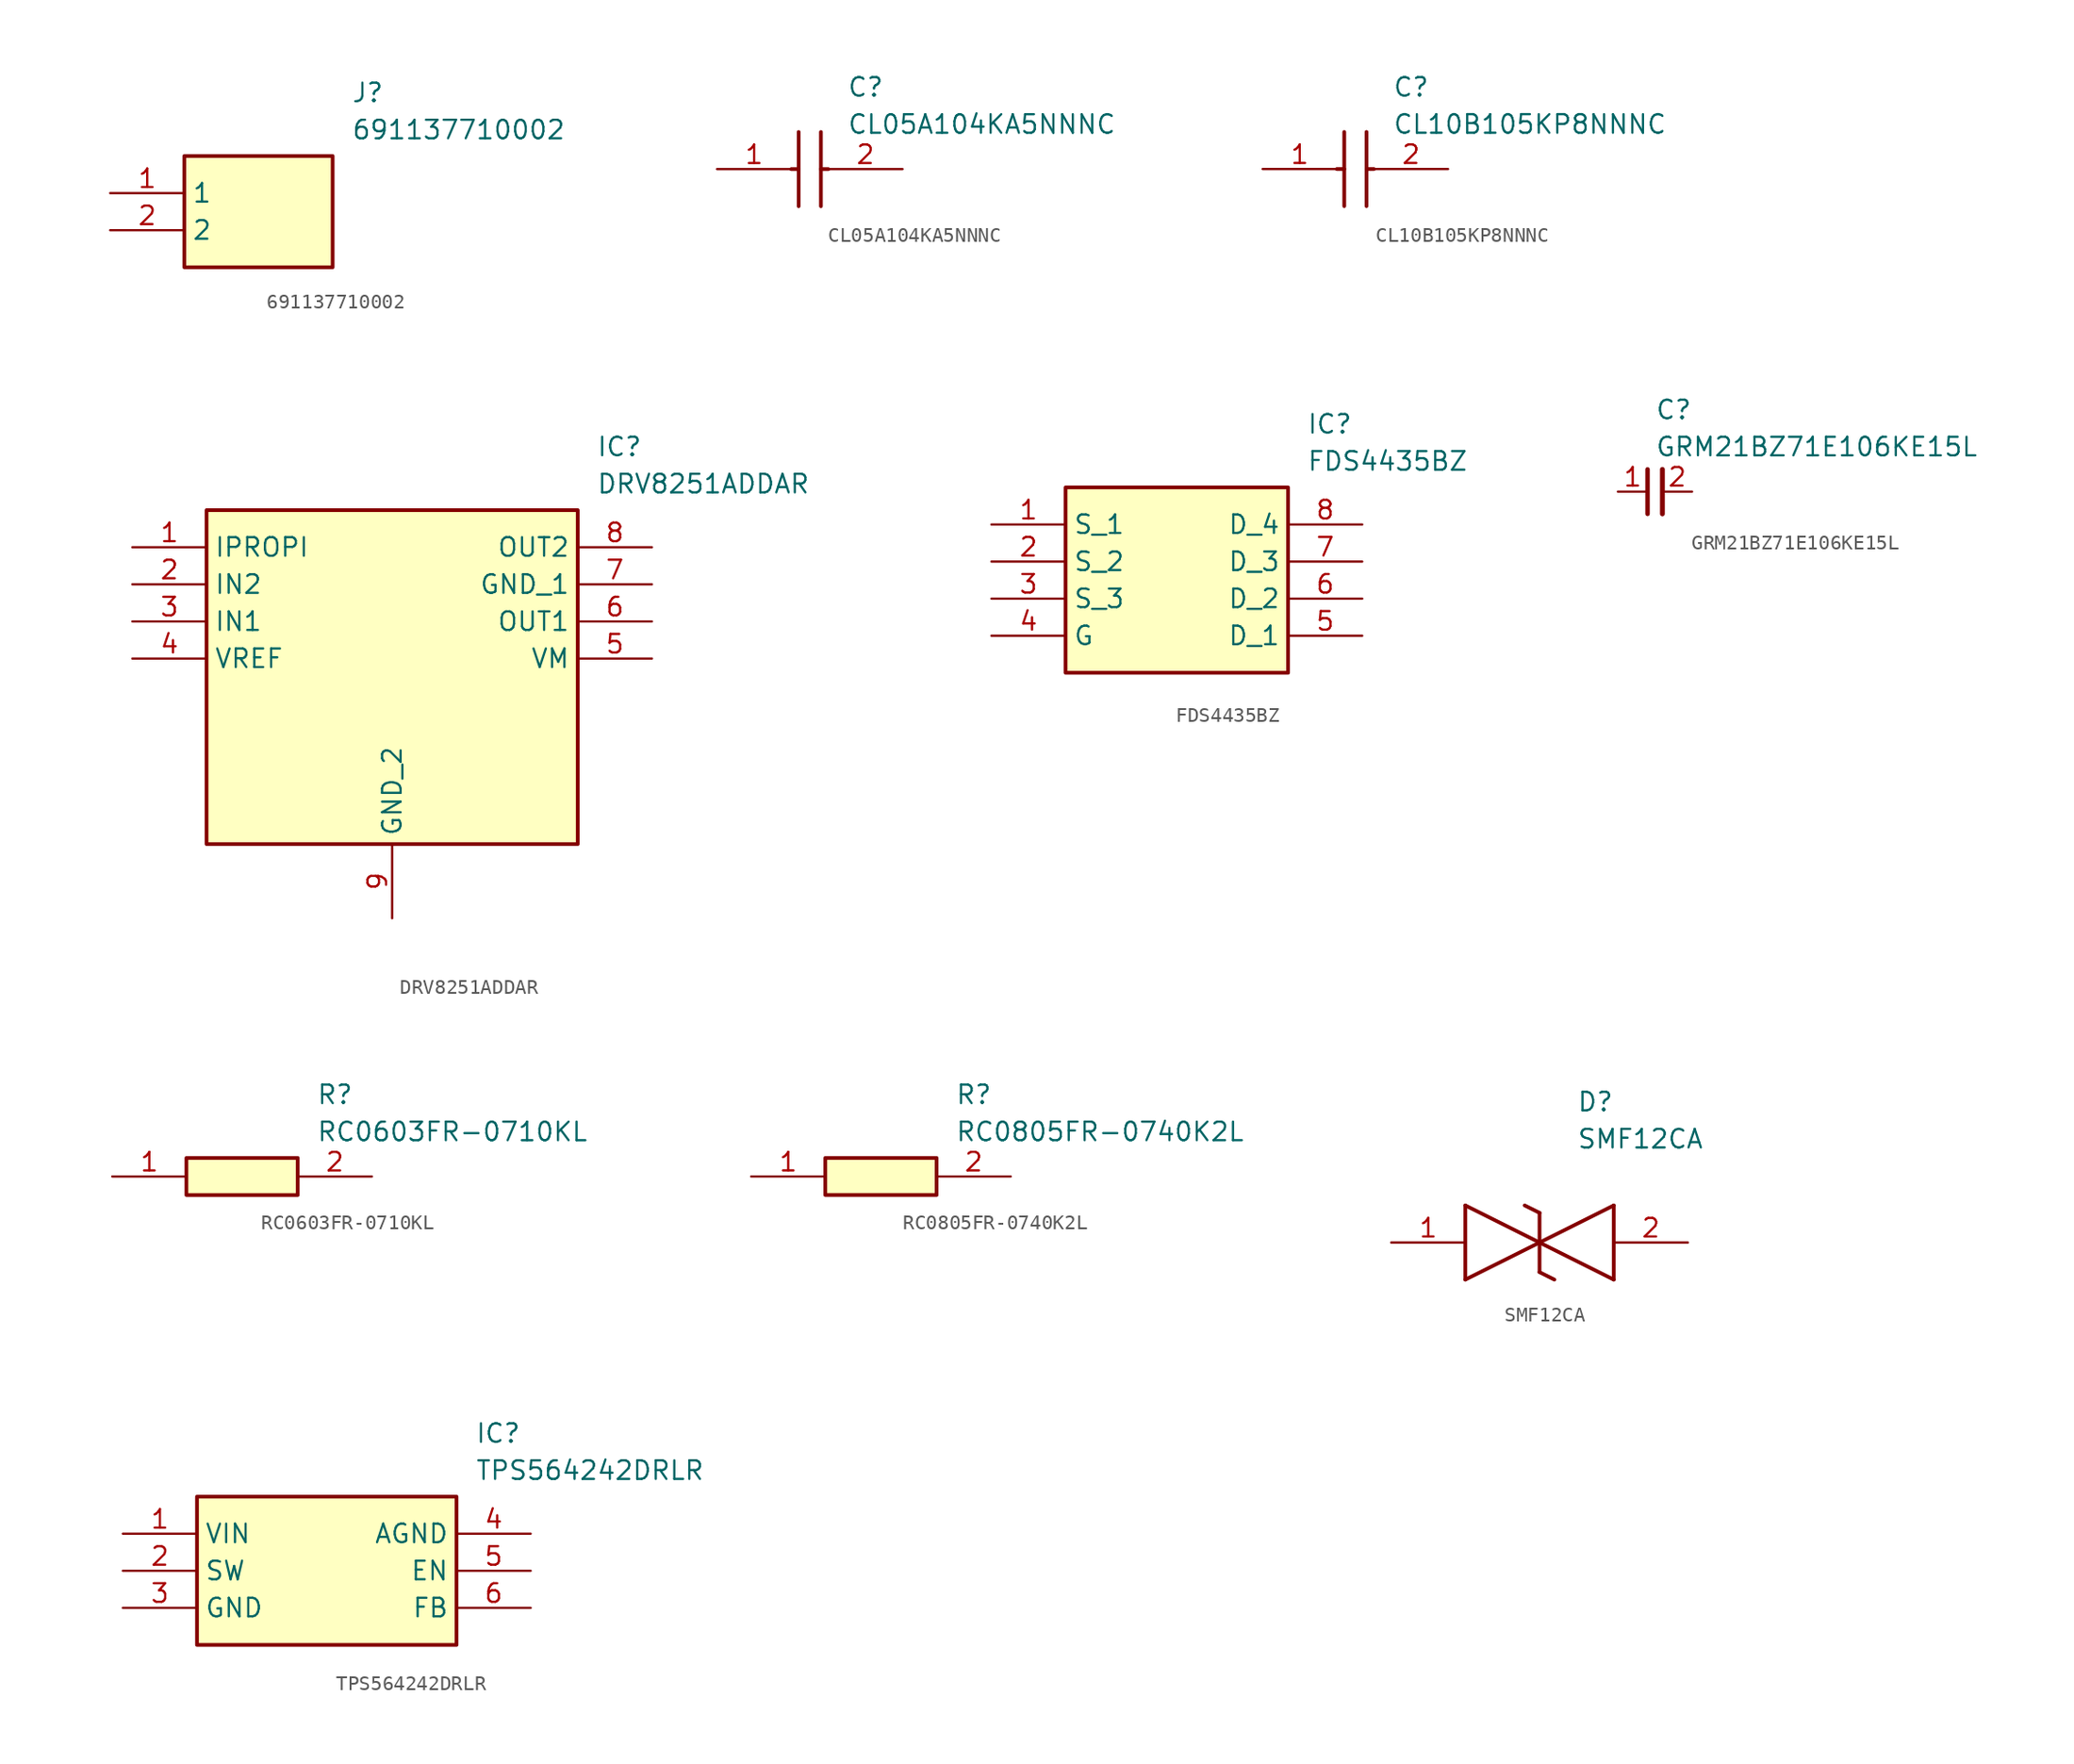
<source format=kicad_sym>
(kicad_symbol_lib
  (version 20241209)
  (generator "kicad_symbol_editor")
  (generator_version "9.0")
  (symbol "691137710002"
    (property "Reference" "J"
      (at 16.51 7.62 0)
      (effects (font (size 1.27 1.27)) (justify left top)))
    (property "Value" "691137710002"
      (at 16.51 5.08 0)
      (effects (font (size 1.27 1.27)) (justify left top)))
    (symbol "691137710002_1_1"
      (rectangle (start 5.08 2.54) (end 15.24 -5.08) (stroke (width 0.254) (type default)) (fill (type background)))
      (pin passive line (at 0 0 0) (length 5.08) (name "1" (effects (font (size 1.27 1.27)))) (number "1" (effects (font (size 1.27 1.27)))))
      (pin passive line (at 0 -2.54 0) (length 5.08) (name "2" (effects (font (size 1.27 1.27)))) (number "2" (effects (font (size 1.27 1.27)))))))
  (symbol "CL05A104KA5NNNC"
    (pin_names
      (hide yes))
    (property "Reference" "C"
      (at 8.89 6.35 0)
      (effects (font (size 1.27 1.27)) (justify left top)))
    (property "Value" "CL05A104KA5NNNC"
      (at 8.89 3.81 0)
      (effects (font (size 1.27 1.27)) (justify left top)))
    (symbol "CL05A104KA5NNNC_1_1"
      (polyline (pts (xy 5.08 0) (xy 5.588 0)) (stroke (width 0.254) (type default)) (fill (type none)))
      (polyline (pts (xy 5.588 2.54) (xy 5.588 -2.54)) (stroke (width 0.254) (type default)) (fill (type none)))
      (polyline (pts (xy 7.112 2.54) (xy 7.112 -2.54)) (stroke (width 0.254) (type default)) (fill (type none)))
      (polyline (pts (xy 7.112 0) (xy 7.62 0)) (stroke (width 0.254) (type default)) (fill (type none)))
      (pin passive line (at 0 0 0) (length 5.08) (name "1" (effects (font (size 1.27 1.27)))) (number "1" (effects (font (size 1.27 1.27)))))
      (pin passive line (at 12.7 0 180) (length 5.08) (name "2" (effects (font (size 1.27 1.27)))) (number "2" (effects (font (size 1.27 1.27)))))))
  (symbol "CL10B105KP8NNNC"
    (pin_names
      (hide yes))
    (property "Reference" "C"
      (at 8.89 6.35 0)
      (effects (font (size 1.27 1.27)) (justify left top)))
    (property "Value" "CL10B105KP8NNNC"
      (at 8.89 3.81 0)
      (effects (font (size 1.27 1.27)) (justify left top)))
    (symbol "CL10B105KP8NNNC_1_1"
      (polyline (pts (xy 5.08 0) (xy 5.588 0)) (stroke (width 0.254) (type default)) (fill (type none)))
      (polyline (pts (xy 5.588 2.54) (xy 5.588 -2.54)) (stroke (width 0.254) (type default)) (fill (type none)))
      (polyline (pts (xy 7.112 2.54) (xy 7.112 -2.54)) (stroke (width 0.254) (type default)) (fill (type none)))
      (polyline (pts (xy 7.112 0) (xy 7.62 0)) (stroke (width 0.254) (type default)) (fill (type none)))
      (pin passive line (at 0 0 0) (length 5.08) (name "1" (effects (font (size 1.27 1.27)))) (number "1" (effects (font (size 1.27 1.27)))))
      (pin passive line (at 12.7 0 180) (length 5.08) (name "2" (effects (font (size 1.27 1.27)))) (number "2" (effects (font (size 1.27 1.27)))))))
  (symbol "DRV8251ADDAR"
    (property "Reference" "IC"
      (at 31.75 7.62 0)
      (effects (font (size 1.27 1.27)) (justify left top)))
    (property "Value" "DRV8251ADDAR"
      (at 31.75 5.08 0)
      (effects (font (size 1.27 1.27)) (justify left top)))
    (symbol "DRV8251ADDAR_1_1"
      (rectangle (start 5.08 2.54) (end 30.48 -20.32) (stroke (width 0.254) (type default)) (fill (type background)))
      (pin passive line (at 0 0 0) (length 5.08) (name "IPROPI" (effects (font (size 1.27 1.27)))) (number "1" (effects (font (size 1.27 1.27)))))
      (pin passive line (at 0 -2.54 0) (length 5.08) (name "IN2" (effects (font (size 1.27 1.27)))) (number "2" (effects (font (size 1.27 1.27)))))
      (pin passive line (at 0 -5.08 0) (length 5.08) (name "IN1" (effects (font (size 1.27 1.27)))) (number "3" (effects (font (size 1.27 1.27)))))
      (pin passive line (at 0 -7.62 0) (length 5.08) (name "VREF" (effects (font (size 1.27 1.27)))) (number "4" (effects (font (size 1.27 1.27)))))
      (pin passive line (at 17.78 -25.4 90) (length 5.08) (name "GND_2" (effects (font (size 1.27 1.27)))) (number "9" (effects (font (size 1.27 1.27)))))
      (pin passive line (at 35.56 0 180) (length 5.08) (name "OUT2" (effects (font (size 1.27 1.27)))) (number "8" (effects (font (size 1.27 1.27)))))
      (pin passive line (at 35.56 -2.54 180) (length 5.08) (name "GND_1" (effects (font (size 1.27 1.27)))) (number "7" (effects (font (size 1.27 1.27)))))
      (pin passive line (at 35.56 -5.08 180) (length 5.08) (name "OUT1" (effects (font (size 1.27 1.27)))) (number "6" (effects (font (size 1.27 1.27)))))
      (pin passive line (at 35.56 -7.62 180) (length 5.08) (name "VM" (effects (font (size 1.27 1.27)))) (number "5" (effects (font (size 1.27 1.27)))))))
  (symbol "FDS4435BZ"
    (property "Reference" "IC"
      (at 21.59 7.62 0)
      (effects (font (size 1.27 1.27)) (justify left top)))
    (property "Value" "FDS4435BZ"
      (at 21.59 5.08 0)
      (effects (font (size 1.27 1.27)) (justify left top)))
    (symbol "FDS4435BZ_1_1"
      (rectangle (start 5.08 2.54) (end 20.32 -10.16) (stroke (width 0.254) (type default)) (fill (type background)))
      (pin passive line (at 0 0 0) (length 5.08) (name "S_1" (effects (font (size 1.27 1.27)))) (number "1" (effects (font (size 1.27 1.27)))))
      (pin passive line (at 0 -2.54 0) (length 5.08) (name "S_2" (effects (font (size 1.27 1.27)))) (number "2" (effects (font (size 1.27 1.27)))))
      (pin passive line (at 0 -5.08 0) (length 5.08) (name "S_3" (effects (font (size 1.27 1.27)))) (number "3" (effects (font (size 1.27 1.27)))))
      (pin passive line (at 0 -7.62 0) (length 5.08) (name "G" (effects (font (size 1.27 1.27)))) (number "4" (effects (font (size 1.27 1.27)))))
      (pin passive line (at 25.4 0 180) (length 5.08) (name "D_4" (effects (font (size 1.27 1.27)))) (number "8" (effects (font (size 1.27 1.27)))))
      (pin passive line (at 25.4 -2.54 180) (length 5.08) (name "D_3" (effects (font (size 1.27 1.27)))) (number "7" (effects (font (size 1.27 1.27)))))
      (pin passive line (at 25.4 -5.08 180) (length 5.08) (name "D_2" (effects (font (size 1.27 1.27)))) (number "6" (effects (font (size 1.27 1.27)))))
      (pin passive line (at 25.4 -7.62 180) (length 5.08) (name "D_1" (effects (font (size 1.27 1.27)))) (number "5" (effects (font (size 1.27 1.27)))))))
  (symbol "GRM21BZ71E106KE15L"
    (pin_names
      (hide yes))
    (property "Reference" "C"
      (at 8.89 6.35 0)
      (effects (font (size 1.27 1.27)) (justify left top)))
    (property "Value" "GRM21BZ71E106KE15L"
      (at 8.89 3.81 0)
      (effects (font (size 1.27 1.27)) (justify left top)))
    (symbol "GRM21BZ71E106KE15L_0_1"
      (polyline (pts (xy 8.382 -1.524) (xy 8.382 1.524)) (stroke (width 0.305) (type default)) (fill (type none)))
      (polyline (pts (xy 9.398 -1.524) (xy 9.398 1.524)) (stroke (width 0.33) (type default)) (fill (type none))))
    (symbol "GRM21BZ71E106KE15L_1_1"
      (pin passive line (at 6.35 0 0) (length 2.032) (name "~" (effects (font (size 1.27 1.27)))) (number "1" (effects (font (size 1.27 1.27)))))
      (pin passive line (at 11.43 0 180) (length 2.032) (name "~" (effects (font (size 1.27 1.27)))) (number "2" (effects (font (size 1.27 1.27)))))))
  (symbol "RC0603FR-0710KL"
    (pin_names
      (hide yes))
    (property "Reference" "R"
      (at 13.97 6.35 0)
      (effects (font (size 1.27 1.27)) (justify left top)))
    (property "Value" "RC0603FR-0710KL"
      (at 13.97 3.81 0)
      (effects (font (size 1.27 1.27)) (justify left top)))
    (symbol "RC0603FR-0710KL_1_1"
      (rectangle (start 5.08 1.27) (end 12.7 -1.27) (stroke (width 0.254) (type default)) (fill (type background)))
      (pin passive line (at 0 0 0) (length 5.08) (name "1" (effects (font (size 1.27 1.27)))) (number "1" (effects (font (size 1.27 1.27)))))
      (pin passive line (at 17.78 0 180) (length 5.08) (name "2" (effects (font (size 1.27 1.27)))) (number "2" (effects (font (size 1.27 1.27)))))))
  (symbol "RC0805FR-0740K2L"
    (pin_names
      (hide yes))
    (property "Reference" "R"
      (at 13.97 6.35 0)
      (effects (font (size 1.27 1.27)) (justify left top)))
    (property "Value" "RC0805FR-0740K2L"
      (at 13.97 3.81 0)
      (effects (font (size 1.27 1.27)) (justify left top)))
    (symbol "RC0805FR-0740K2L_1_1"
      (rectangle (start 5.08 1.27) (end 12.7 -1.27) (stroke (width 0.254) (type default)) (fill (type background)))
      (pin passive line (at 0 0 0) (length 5.08) (name "1" (effects (font (size 1.27 1.27)))) (number "1" (effects (font (size 1.27 1.27)))))
      (pin passive line (at 17.78 0 180) (length 5.08) (name "2" (effects (font (size 1.27 1.27)))) (number "2" (effects (font (size 1.27 1.27)))))))
  (symbol "SMF12CA"
    (pin_names
      (hide yes))
    (property "Reference" "D"
      (at 12.7 8.89 0)
      (effects (font (size 1.27 1.27)) (justify left bottom)))
    (property "Value" "SMF12CA"
      (at 12.7 6.35 0)
      (effects (font (size 1.27 1.27)) (justify left bottom)))
    (symbol "SMF12CA_1_1"
      (polyline (pts (xy 5.08 2.54) (xy 5.08 -2.54)) (stroke (width 0.254) (type default)) (fill (type none)))
      (polyline (pts (xy 5.08 2.54) (xy 10.16 0)) (stroke (width 0.254) (type default)) (fill (type none)))
      (polyline (pts (xy 9.144 2.54) (xy 10.16 2.032)) (stroke (width 0.254) (type default)) (fill (type none)))
      (polyline (pts (xy 10.16 0) (xy 5.08 -2.54)) (stroke (width 0.254) (type default)) (fill (type none)))
      (polyline (pts (xy 10.16 0) (xy 15.24 -2.54)) (stroke (width 0.254) (type default)) (fill (type none)))
      (polyline (pts (xy 10.16 -2.032) (xy 10.16 2.032)) (stroke (width 0.254) (type default)) (fill (type none)))
      (polyline (pts (xy 10.16 -2.032) (xy 11.176 -2.54)) (stroke (width 0.254) (type default)) (fill (type none)))
      (polyline (pts (xy 15.24 2.54) (xy 10.16 0)) (stroke (width 0.254) (type default)) (fill (type none)))
      (polyline (pts (xy 15.24 2.54) (xy 15.24 -2.54)) (stroke (width 0.254) (type default)) (fill (type none)))
      (pin passive line (at 0 0 0) (length 5.08) (name "1" (effects (font (size 1.27 1.27)))) (number "1" (effects (font (size 1.27 1.27)))))
      (pin passive line (at 20.32 0 180) (length 5.08) (name "2" (effects (font (size 1.27 1.27)))) (number "2" (effects (font (size 1.27 1.27)))))))
  (symbol "TPS564242DRLR"
    (property "Reference" "IC"
      (at 24.13 7.62 0)
      (effects (font (size 1.27 1.27)) (justify left top)))
    (property "Value" "TPS564242DRLR"
      (at 24.13 5.08 0)
      (effects (font (size 1.27 1.27)) (justify left top)))
    (symbol "TPS564242DRLR_1_1"
      (rectangle (start 5.08 2.54) (end 22.86 -7.62) (stroke (width 0.254) (type default)) (fill (type background)))
      (pin passive line (at 0 0 0) (length 5.08) (name "VIN" (effects (font (size 1.27 1.27)))) (number "1" (effects (font (size 1.27 1.27)))))
      (pin passive line (at 0 -2.54 0) (length 5.08) (name "SW" (effects (font (size 1.27 1.27)))) (number "2" (effects (font (size 1.27 1.27)))))
      (pin passive line (at 0 -5.08 0) (length 5.08) (name "GND" (effects (font (size 1.27 1.27)))) (number "3" (effects (font (size 1.27 1.27)))))
      (pin passive line (at 27.94 0 180) (length 5.08) (name "AGND" (effects (font (size 1.27 1.27)))) (number "4" (effects (font (size 1.27 1.27)))))
      (pin passive line (at 27.94 -2.54 180) (length 5.08) (name "EN" (effects (font (size 1.27 1.27)))) (number "5" (effects (font (size 1.27 1.27)))))
      (pin passive line (at 27.94 -5.08 180) (length 5.08) (name "FB" (effects (font (size 1.27 1.27)))) (number "6" (effects (font (size 1.27 1.27))))))))
</source>
